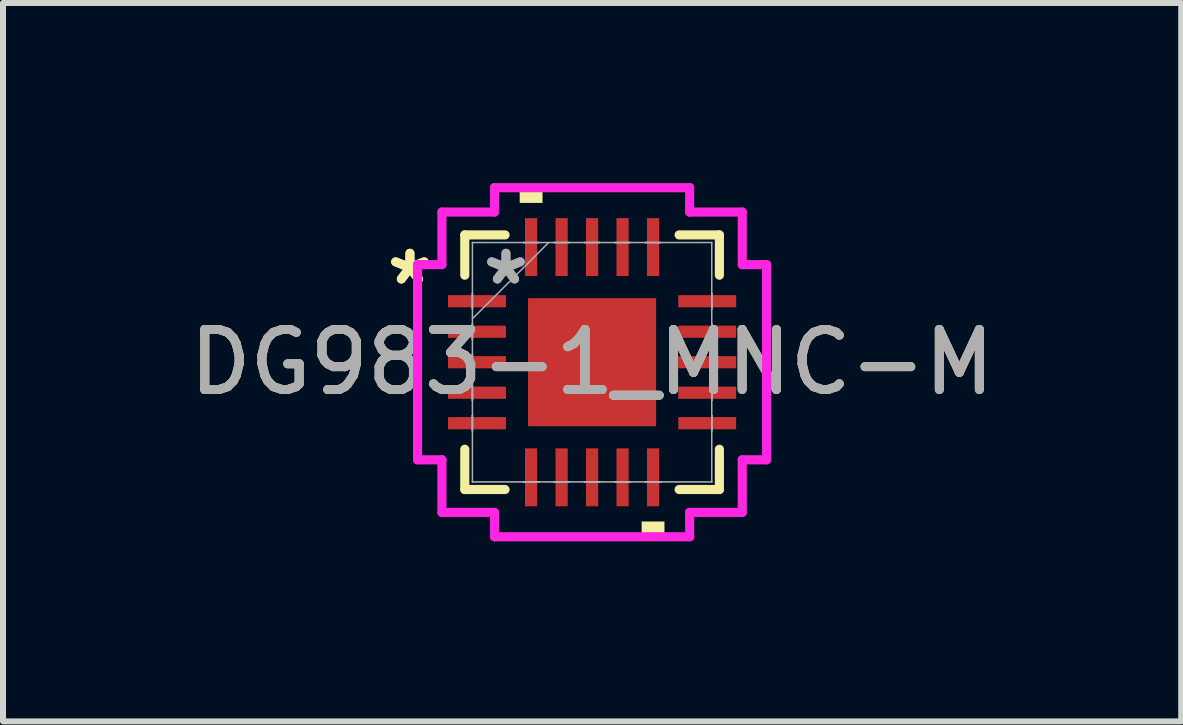
<source format=kicad_pcb>
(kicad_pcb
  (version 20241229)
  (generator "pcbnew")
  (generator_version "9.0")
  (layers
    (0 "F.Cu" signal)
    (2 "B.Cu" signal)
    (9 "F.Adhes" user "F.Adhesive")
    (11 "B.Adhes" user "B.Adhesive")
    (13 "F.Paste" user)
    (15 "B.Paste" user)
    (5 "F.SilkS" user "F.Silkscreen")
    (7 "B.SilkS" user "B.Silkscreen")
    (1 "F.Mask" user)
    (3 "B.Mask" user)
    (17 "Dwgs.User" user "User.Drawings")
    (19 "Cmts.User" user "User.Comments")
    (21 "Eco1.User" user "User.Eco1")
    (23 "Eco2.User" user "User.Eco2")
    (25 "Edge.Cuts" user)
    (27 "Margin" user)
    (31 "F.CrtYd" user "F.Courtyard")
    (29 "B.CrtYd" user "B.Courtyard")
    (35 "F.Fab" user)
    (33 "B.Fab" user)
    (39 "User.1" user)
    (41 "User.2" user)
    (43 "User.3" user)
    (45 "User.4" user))
  (footprint "DG983-1_MNC-M"
    (layer "F.Cu")
    (at 6.815 2.985)
    (property "Reference" "DG983-1_MNC-M" (at 0 0 0) (unlocked yes) (layer "F.SilkS") (effects (font (size 1 1) (thickness 0.15))))
    (attr smd)
    (fp_line (start -2.121 -2.121) (end -2.121 -1.45) (stroke (width 0.152) (type solid)) (layer "F.SilkS"))
    (fp_line (start -2.121 1.45) (end -2.121 2.121) (stroke (width 0.152) (type solid)) (layer "F.SilkS"))
    (fp_line (start -2.121 2.121) (end -1.45 2.121) (stroke (width 0.152) (type solid)) (layer "F.SilkS"))
    (fp_line (start -1.45 -2.121) (end -2.121 -2.121) (stroke (width 0.152) (type solid)) (layer "F.SilkS"))
    (fp_line (start 1.45 2.121) (end 2.121 2.121) (stroke (width 0.152) (type solid)) (layer "F.SilkS"))
    (fp_line (start 2.121 -2.121) (end 1.45 -2.121) (stroke (width 0.152) (type solid)) (layer "F.SilkS"))
    (fp_line (start 2.121 -1.45) (end 2.121 -2.121) (stroke (width 0.152) (type solid)) (layer "F.SilkS"))
    (fp_line (start 2.121 2.121) (end 2.121 1.45) (stroke (width 0.152) (type solid)) (layer "F.SilkS"))
    (fp_poly (pts (xy -1.206 -2.654) (xy -1.206 -2.908) (xy -0.826 -2.908) (xy -0.826 -2.654)) (stroke (width 0) (type solid)) (fill yes) (layer "F.SilkS"))
    (fp_poly (pts (xy 0.826 2.654) (xy 0.826 2.908) (xy 1.206 2.908) (xy 1.206 2.654)) (stroke (width 0) (type solid)) (fill yes) (layer "F.SilkS"))
    (fp_line (start -2.908 -1.626) (end -2.502 -1.626) (stroke (width 0.152) (type solid)) (layer "F.CrtYd"))
    (fp_line (start -2.908 1.626) (end -2.908 -1.626) (stroke (width 0.152) (type solid)) (layer "F.CrtYd"))
    (fp_line (start -2.502 -2.502) (end -1.626 -2.502) (stroke (width 0.152) (type solid)) (layer "F.CrtYd"))
    (fp_line (start -2.502 -1.626) (end -2.502 -2.502) (stroke (width 0.152) (type solid)) (layer "F.CrtYd"))
    (fp_line (start -2.502 1.626) (end -2.908 1.626) (stroke (width 0.152) (type solid)) (layer "F.CrtYd"))
    (fp_line (start -2.502 2.502) (end -2.502 1.626) (stroke (width 0.152) (type solid)) (layer "F.CrtYd"))
    (fp_line (start -1.626 -2.908) (end 1.626 -2.908) (stroke (width 0.152) (type solid)) (layer "F.CrtYd"))
    (fp_line (start -1.626 -2.502) (end -1.626 -2.908) (stroke (width 0.152) (type solid)) (layer "F.CrtYd"))
    (fp_line (start -1.626 2.502) (end -2.502 2.502) (stroke (width 0.152) (type solid)) (layer "F.CrtYd"))
    (fp_line (start -1.626 2.908) (end -1.626 2.502) (stroke (width 0.152) (type solid)) (layer "F.CrtYd"))
    (fp_line (start 1.626 -2.908) (end 1.626 -2.502) (stroke (width 0.152) (type solid)) (layer "F.CrtYd"))
    (fp_line (start 1.626 -2.502) (end 2.502 -2.502) (stroke (width 0.152) (type solid)) (layer "F.CrtYd"))
    (fp_line (start 1.626 2.502) (end 1.626 2.908) (stroke (width 0.152) (type solid)) (layer "F.CrtYd"))
    (fp_line (start 1.626 2.908) (end -1.626 2.908) (stroke (width 0.152) (type solid)) (layer "F.CrtYd"))
    (fp_line (start 2.502 -2.502) (end 2.502 -1.626) (stroke (width 0.152) (type solid)) (layer "F.CrtYd"))
    (fp_line (start 2.502 -1.626) (end 2.908 -1.626) (stroke (width 0.152) (type solid)) (layer "F.CrtYd"))
    (fp_line (start 2.502 1.626) (end 2.502 2.502) (stroke (width 0.152) (type solid)) (layer "F.CrtYd"))
    (fp_line (start 2.502 2.502) (end 1.626 2.502) (stroke (width 0.152) (type solid)) (layer "F.CrtYd"))
    (fp_line (start 2.908 -1.626) (end 2.908 1.626) (stroke (width 0.152) (type solid)) (layer "F.CrtYd"))
    (fp_line (start 2.908 1.626) (end 2.502 1.626) (stroke (width 0.152) (type solid)) (layer "F.CrtYd"))
    (fp_line (start -1.994 -1.994) (end -1.994 -1.994) (stroke (width 0.025) (type solid)) (layer "F.Fab"))
    (fp_line (start -1.994 -1.994) (end -1.994 1.994) (stroke (width 0.025) (type solid)) (layer "F.Fab"))
    (fp_line (start -1.994 -1.143) (end -1.994 -1.143) (stroke (width 0.025) (type solid)) (layer "F.Fab"))
    (fp_line (start -1.994 -1.143) (end -1.994 -0.889) (stroke (width 0.025) (type solid)) (layer "F.Fab"))
    (fp_line (start -1.994 -0.889) (end -1.994 -1.143) (stroke (width 0.025) (type solid)) (layer "F.Fab"))
    (fp_line (start -1.994 -0.889) (end -1.994 -0.889) (stroke (width 0.025) (type solid)) (layer "F.Fab"))
    (fp_line (start -1.994 -0.724) (end -0.724 -1.994) (stroke (width 0.025) (type solid)) (layer "F.Fab"))
    (fp_line (start -1.994 -0.635) (end -1.994 -0.635) (stroke (width 0.025) (type solid)) (layer "F.Fab"))
    (fp_line (start -1.994 -0.635) (end -1.994 -0.381) (stroke (width 0.025) (type solid)) (layer "F.Fab"))
    (fp_line (start -1.994 -0.381) (end -1.994 -0.635) (stroke (width 0.025) (type solid)) (layer "F.Fab"))
    (fp_line (start -1.994 -0.381) (end -1.994 -0.381) (stroke (width 0.025) (type solid)) (layer "F.Fab"))
    (fp_line (start -1.994 -0.127) (end -1.994 -0.127) (stroke (width 0.025) (type solid)) (layer "F.Fab"))
    (fp_line (start -1.994 -0.127) (end -1.994 0.127) (stroke (width 0.025) (type solid)) (layer "F.Fab"))
    (fp_line (start -1.994 0.127) (end -1.994 -0.127) (stroke (width 0.025) (type solid)) (layer "F.Fab"))
    (fp_line (start -1.994 0.127) (end -1.994 0.127) (stroke (width 0.025) (type solid)) (layer "F.Fab"))
    (fp_line (start -1.994 0.381) (end -1.994 0.381) (stroke (width 0.025) (type solid)) (layer "F.Fab"))
    (fp_line (start -1.994 0.381) (end -1.994 0.635) (stroke (width 0.025) (type solid)) (layer "F.Fab"))
    (fp_line (start -1.994 0.635) (end -1.994 0.381) (stroke (width 0.025) (type solid)) (layer "F.Fab"))
    (fp_line (start -1.994 0.635) (end -1.994 0.635) (stroke (width 0.025) (type solid)) (layer "F.Fab"))
    (fp_line (start -1.994 0.889) (end -1.994 0.889) (stroke (width 0.025) (type solid)) (layer "F.Fab"))
    (fp_line (start -1.994 0.889) (end -1.994 1.143) (stroke (width 0.025) (type solid)) (layer "F.Fab"))
    (fp_line (start -1.994 1.143) (end -1.994 0.889) (stroke (width 0.025) (type solid)) (layer "F.Fab"))
    (fp_line (start -1.994 1.143) (end -1.994 1.143) (stroke (width 0.025) (type solid)) (layer "F.Fab"))
    (fp_line (start -1.994 1.994) (end -1.994 1.994) (stroke (width 0.025) (type solid)) (layer "F.Fab"))
    (fp_line (start -1.994 1.994) (end 1.994 1.994) (stroke (width 0.025) (type solid)) (layer "F.Fab"))
    (fp_line (start -1.143 -1.994) (end -1.143 -1.994) (stroke (width 0.025) (type solid)) (layer "F.Fab"))
    (fp_line (start -1.143 -1.994) (end -0.889 -1.994) (stroke (width 0.025) (type solid)) (layer "F.Fab"))
    (fp_line (start -1.143 1.994) (end -1.143 1.994) (stroke (width 0.025) (type solid)) (layer "F.Fab"))
    (fp_line (start -1.143 1.994) (end -0.889 1.994) (stroke (width 0.025) (type solid)) (layer "F.Fab"))
    (fp_line (start -0.889 -1.994) (end -1.143 -1.994) (stroke (width 0.025) (type solid)) (layer "F.Fab"))
    (fp_line (start -0.889 -1.994) (end -0.889 -1.994) (stroke (width 0.025) (type solid)) (layer "F.Fab"))
    (fp_line (start -0.889 1.994) (end -1.143 1.994) (stroke (width 0.025) (type solid)) (layer "F.Fab"))
    (fp_line (start -0.889 1.994) (end -0.889 1.994) (stroke (width 0.025) (type solid)) (layer "F.Fab"))
    (fp_line (start -0.635 -1.994) (end -0.635 -1.994) (stroke (width 0.025) (type solid)) (layer "F.Fab"))
    (fp_line (start -0.635 -1.994) (end -0.381 -1.994) (stroke (width 0.025) (type solid)) (layer "F.Fab"))
    (fp_line (start -0.635 1.994) (end -0.635 1.994) (stroke (width 0.025) (type solid)) (layer "F.Fab"))
    (fp_line (start -0.635 1.994) (end -0.381 1.994) (stroke (width 0.025) (type solid)) (layer "F.Fab"))
    (fp_line (start -0.381 -1.994) (end -0.635 -1.994) (stroke (width 0.025) (type solid)) (layer "F.Fab"))
    (fp_line (start -0.381 -1.994) (end -0.381 -1.994) (stroke (width 0.025) (type solid)) (layer "F.Fab"))
    (fp_line (start -0.381 1.994) (end -0.635 1.994) (stroke (width 0.025) (type solid)) (layer "F.Fab"))
    (fp_line (start -0.381 1.994) (end -0.381 1.994) (stroke (width 0.025) (type solid)) (layer "F.Fab"))
    (fp_line (start -0.127 -1.994) (end -0.127 -1.994) (stroke (width 0.025) (type solid)) (layer "F.Fab"))
    (fp_line (start -0.127 -1.994) (end 0.127 -1.994) (stroke (width 0.025) (type solid)) (layer "F.Fab"))
    (fp_line (start -0.127 1.994) (end -0.127 1.994) (stroke (width 0.025) (type solid)) (layer "F.Fab"))
    (fp_line (start -0.127 1.994) (end 0.127 1.994) (stroke (width 0.025) (type solid)) (layer "F.Fab"))
    (fp_line (start 0.127 -1.994) (end -0.127 -1.994) (stroke (width 0.025) (type solid)) (layer "F.Fab"))
    (fp_line (start 0.127 -1.994) (end 0.127 -1.994) (stroke (width 0.025) (type solid)) (layer "F.Fab"))
    (fp_line (start 0.127 1.994) (end -0.127 1.994) (stroke (width 0.025) (type solid)) (layer "F.Fab"))
    (fp_line (start 0.127 1.994) (end 0.127 1.994) (stroke (width 0.025) (type solid)) (layer "F.Fab"))
    (fp_line (start 0.381 -1.994) (end 0.381 -1.994) (stroke (width 0.025) (type solid)) (layer "F.Fab"))
    (fp_line (start 0.381 -1.994) (end 0.635 -1.994) (stroke (width 0.025) (type solid)) (layer "F.Fab"))
    (fp_line (start 0.381 1.994) (end 0.381 1.994) (stroke (width 0.025) (type solid)) (layer "F.Fab"))
    (fp_line (start 0.381 1.994) (end 0.635 1.994) (stroke (width 0.025) (type solid)) (layer "F.Fab"))
    (fp_line (start 0.635 -1.994) (end 0.381 -1.994) (stroke (width 0.025) (type solid)) (layer "F.Fab"))
    (fp_line (start 0.635 -1.994) (end 0.635 -1.994) (stroke (width 0.025) (type solid)) (layer "F.Fab"))
    (fp_line (start 0.635 1.994) (end 0.381 1.994) (stroke (width 0.025) (type solid)) (layer "F.Fab"))
    (fp_line (start 0.635 1.994) (end 0.635 1.994) (stroke (width 0.025) (type solid)) (layer "F.Fab"))
    (fp_line (start 0.889 -1.994) (end 0.889 -1.994) (stroke (width 0.025) (type solid)) (layer "F.Fab"))
    (fp_line (start 0.889 -1.994) (end 1.143 -1.994) (stroke (width 0.025) (type solid)) (layer "F.Fab"))
    (fp_line (start 0.889 1.994) (end 0.889 1.994) (stroke (width 0.025) (type solid)) (layer "F.Fab"))
    (fp_line (start 0.889 1.994) (end 1.143 1.994) (stroke (width 0.025) (type solid)) (layer "F.Fab"))
    (fp_line (start 1.143 -1.994) (end 0.889 -1.994) (stroke (width 0.025) (type solid)) (layer "F.Fab"))
    (fp_line (start 1.143 -1.994) (end 1.143 -1.994) (stroke (width 0.025) (type solid)) (layer "F.Fab"))
    (fp_line (start 1.143 1.994) (end 0.889 1.994) (stroke (width 0.025) (type solid)) (layer "F.Fab"))
    (fp_line (start 1.143 1.994) (end 1.143 1.994) (stroke (width 0.025) (type solid)) (layer "F.Fab"))
    (fp_line (start 1.994 -1.994) (end -1.994 -1.994) (stroke (width 0.025) (type solid)) (layer "F.Fab"))
    (fp_line (start 1.994 -1.994) (end 1.994 -1.994) (stroke (width 0.025) (type solid)) (layer "F.Fab"))
    (fp_line (start 1.994 -1.143) (end 1.994 -1.143) (stroke (width 0.025) (type solid)) (layer "F.Fab"))
    (fp_line (start 1.994 -1.143) (end 1.994 -0.889) (stroke (width 0.025) (type solid)) (layer "F.Fab"))
    (fp_line (start 1.994 -0.889) (end 1.994 -1.143) (stroke (width 0.025) (type solid)) (layer "F.Fab"))
    (fp_line (start 1.994 -0.889) (end 1.994 -0.889) (stroke (width 0.025) (type solid)) (layer "F.Fab"))
    (fp_line (start 1.994 -0.635) (end 1.994 -0.635) (stroke (width 0.025) (type solid)) (layer "F.Fab"))
    (fp_line (start 1.994 -0.635) (end 1.994 -0.381) (stroke (width 0.025) (type solid)) (layer "F.Fab"))
    (fp_line (start 1.994 -0.381) (end 1.994 -0.635) (stroke (width 0.025) (type solid)) (layer "F.Fab"))
    (fp_line (start 1.994 -0.381) (end 1.994 -0.381) (stroke (width 0.025) (type solid)) (layer "F.Fab"))
    (fp_line (start 1.994 -0.127) (end 1.994 -0.127) (stroke (width 0.025) (type solid)) (layer "F.Fab"))
    (fp_line (start 1.994 -0.127) (end 1.994 0.127) (stroke (width 0.025) (type solid)) (layer "F.Fab"))
    (fp_line (start 1.994 0.127) (end 1.994 -0.127) (stroke (width 0.025) (type solid)) (layer "F.Fab"))
    (fp_line (start 1.994 0.127) (end 1.994 0.127) (stroke (width 0.025) (type solid)) (layer "F.Fab"))
    (fp_line (start 1.994 0.381) (end 1.994 0.381) (stroke (width 0.025) (type solid)) (layer "F.Fab"))
    (fp_line (start 1.994 0.381) (end 1.994 0.635) (stroke (width 0.025) (type solid)) (layer "F.Fab"))
    (fp_line (start 1.994 0.635) (end 1.994 0.381) (stroke (width 0.025) (type solid)) (layer "F.Fab"))
    (fp_line (start 1.994 0.635) (end 1.994 0.635) (stroke (width 0.025) (type solid)) (layer "F.Fab"))
    (fp_line (start 1.994 0.889) (end 1.994 0.889) (stroke (width 0.025) (type solid)) (layer "F.Fab"))
    (fp_line (start 1.994 0.889) (end 1.994 1.143) (stroke (width 0.025) (type solid)) (layer "F.Fab"))
    (fp_line (start 1.994 1.143) (end 1.994 0.889) (stroke (width 0.025) (type solid)) (layer "F.Fab"))
    (fp_line (start 1.994 1.143) (end 1.994 1.143) (stroke (width 0.025) (type solid)) (layer "F.Fab"))
    (fp_line (start 1.994 1.994) (end 1.994 -1.994) (stroke (width 0.025) (type solid)) (layer "F.Fab"))
    (fp_line (start 1.994 1.994) (end 1.994 1.994) (stroke (width 0.025) (type solid)) (layer "F.Fab"))
    (fp_text user "*" (at -3.035 -1.27 0) (unlocked yes) (layer "F.SilkS") (effects (font (size 1 1) (thickness 0.15))))
    (fp_text user "*" (at -3.035 -1.27 0) (layer "F.SilkS") (effects (font (size 1 1) (thickness 0.15))))
    (fp_text user "*" (at -1.435 -1.27 0) (layer "F.Fab") (effects (font (size 1 1) (thickness 0.15))))
    (fp_text user "*" (at -1.435 -1.27 0) (unlocked yes) (layer "F.Fab") (effects (font (size 1 1) (thickness 0.15))))
    (fp_text user "${REFERENCE}" (at 0 0 0) (unlocked yes) (layer "F.Fab") (effects (font (size 1 1) (thickness 0.15))))
    (pad "1" smd rect (at -1.918 -1.016 90) (size 0.203 0.965) (layers "F.Cu" "F.Mask" "F.Paste"))
    (pad "2" smd rect (at -1.918 -0.508 90) (size 0.203 0.965) (layers "F.Cu" "F.Mask" "F.Paste"))
    (pad "3" smd rect (at -1.918 0 90) (size 0.203 0.965) (layers "F.Cu" "F.Mask" "F.Paste"))
    (pad "4" smd rect (at -1.918 0.508 90) (size 0.203 0.965) (layers "F.Cu" "F.Mask" "F.Paste"))
    (pad "5" smd rect (at -1.918 1.016 90) (size 0.203 0.965) (layers "F.Cu" "F.Mask" "F.Paste"))
    (pad "6" smd rect (at -1.016 1.918) (size 0.203 0.965) (layers "F.Cu" "F.Mask" "F.Paste"))
    (pad "7" smd rect (at -0.508 1.918) (size 0.203 0.965) (layers "F.Cu" "F.Mask" "F.Paste"))
    (pad "8" smd rect (at 0 1.918) (size 0.203 0.965) (layers "F.Cu" "F.Mask" "F.Paste"))
    (pad "9" smd rect (at 0.508 1.918) (size 0.203 0.965) (layers "F.Cu" "F.Mask" "F.Paste"))
    (pad "10" smd rect (at 1.016 1.918) (size 0.203 0.965) (layers "F.Cu" "F.Mask" "F.Paste"))
    (pad "11" smd rect (at 1.918 1.016 90) (size 0.203 0.965) (layers "F.Cu" "F.Mask" "F.Paste"))
    (pad "12" smd rect (at 1.918 0.508 90) (size 0.203 0.965) (layers "F.Cu" "F.Mask" "F.Paste"))
    (pad "13" smd rect (at 1.918 0 90) (size 0.203 0.965) (layers "F.Cu" "F.Mask" "F.Paste"))
    (pad "14" smd rect (at 1.918 -0.508 90) (size 0.203 0.965) (layers "F.Cu" "F.Mask" "F.Paste"))
    (pad "15" smd rect (at 1.918 -1.016 90) (size 0.203 0.965) (layers "F.Cu" "F.Mask" "F.Paste"))
    (pad "16" smd rect (at 1.016 -1.918) (size 0.203 0.965) (layers "F.Cu" "F.Mask" "F.Paste"))
    (pad "17" smd rect (at 0.508 -1.918) (size 0.203 0.965) (layers "F.Cu" "F.Mask" "F.Paste"))
    (pad "18" smd rect (at 0 -1.918) (size 0.203 0.965) (layers "F.Cu" "F.Mask" "F.Paste"))
    (pad "19" smd rect (at -0.508 -1.918) (size 0.203 0.965) (layers "F.Cu" "F.Mask" "F.Paste"))
    (pad "20" smd rect (at -1.016 -1.918) (size 0.203 0.965) (layers "F.Cu" "F.Mask" "F.Paste"))
    (pad "21" smd rect (at 0 0) (size 2.134 2.134) (layers "F.Cu" "F.Mask" "F.Paste")))
  (gr_rect
    (start -3 -3)
    (end 16.631 8.969)
    (stroke (width 0.1) (type default))
    (fill no)
    (layer "Edge.Cuts")))
</source>
